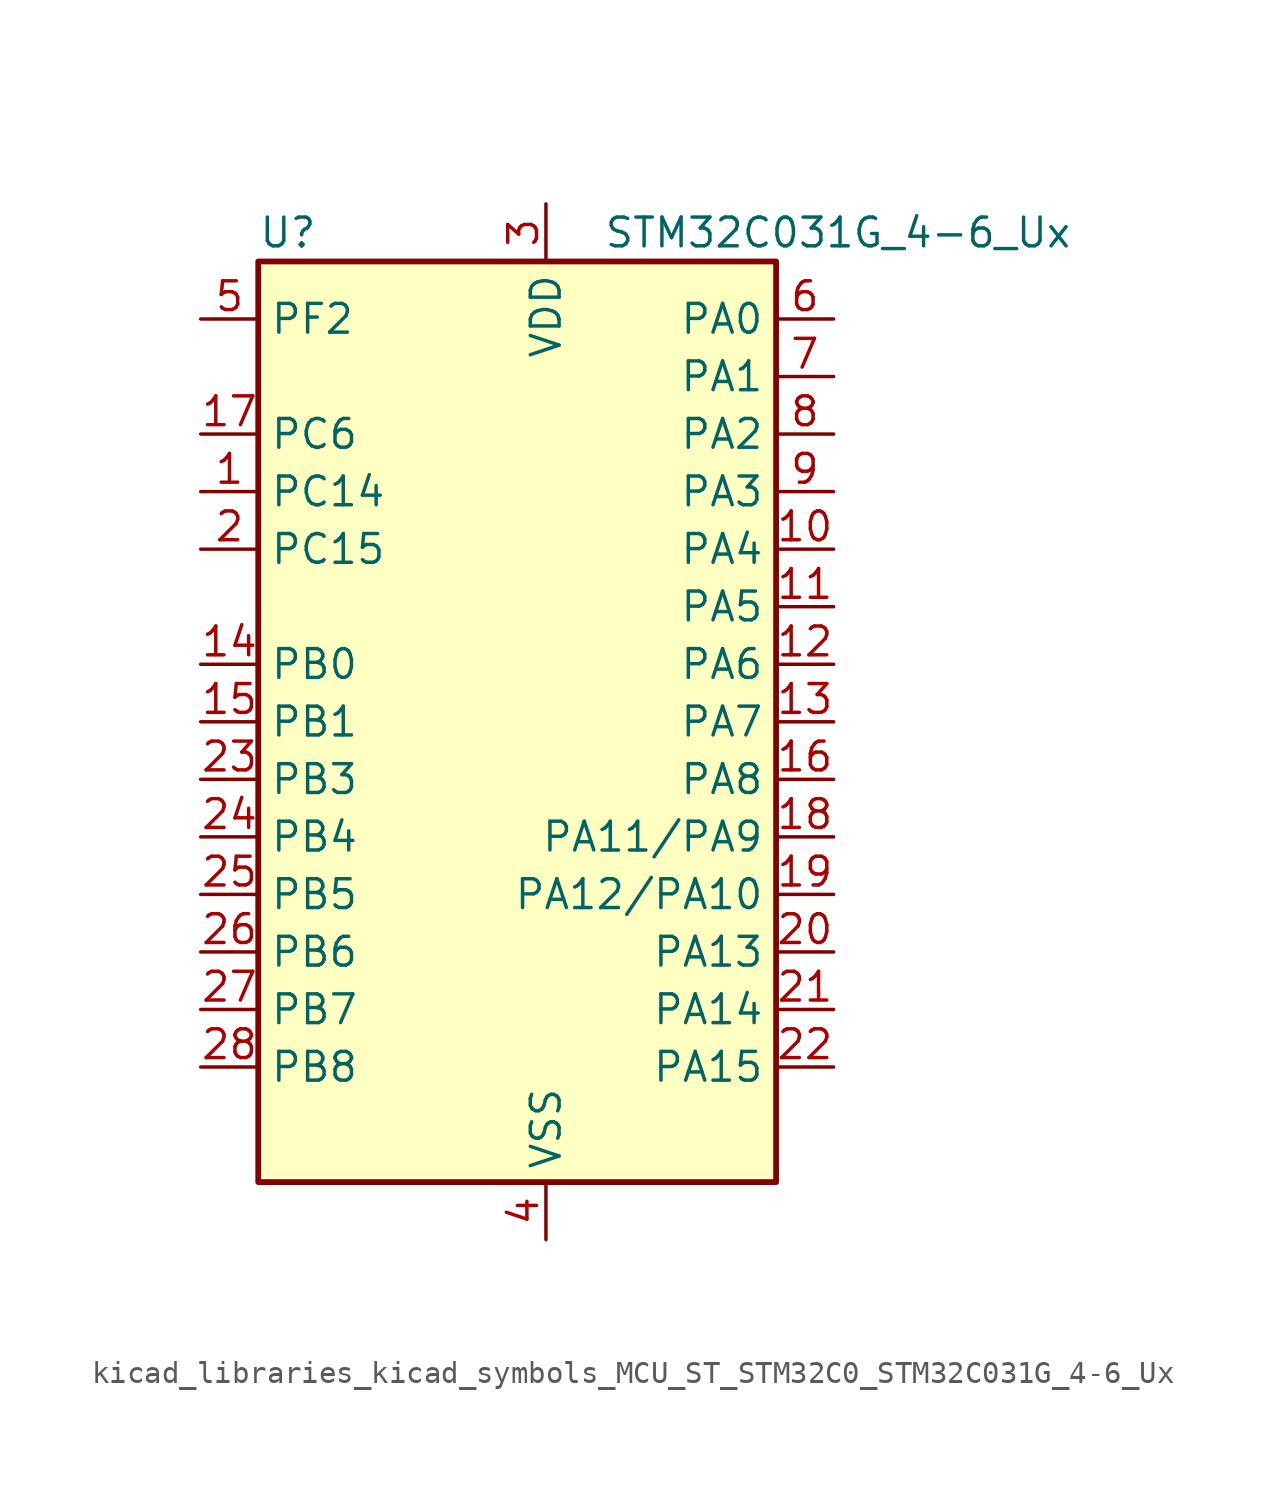
<source format=kicad_sym>
(kicad_symbol_lib
  (version 20220914)
  (generator kicad_symbol_editor)
  (symbol "kicad_libraries_kicad_symbols_MCU_ST_STM32C0_STM32C031G_4-6_Ux"
    (property "Reference" "U"
      (at -10.16 21.59 0)
      (effects (font (size 1.27 1.27)) (justify left)))
    (property "Value" "STM32C031G_4-6_Ux"
      (at 5.08 21.59 0)
      (effects (font (size 1.27 1.27)) (justify left)))
    (property "ki_locked" ""
      (at 0 0 0)
      (effects (font (size 1.27 1.27))))
    (symbol "kicad_libraries_kicad_symbols_MCU_ST_STM32C0_STM32C031G_4-6_Ux_0_1"
      (rectangle (start -10.16 -20.32) (end 12.7 20.32) (stroke (width 0.254) (type default)) (fill (type background))))
    (symbol "kicad_libraries_kicad_symbols_MCU_ST_STM32C0_STM32C031G_4-6_Ux_1_1"
      (pin bidirectional line (at -12.7 10.16 0) (length 2.54) (name "PC14" (effects (font (size 1.27 1.27)))) (number "1" (effects (font (size 1.27 1.27)))) (alternate "I2C1_SDA" bidirectional line) (alternate "IR_OUT" bidirectional line) (alternate "RCC_OSCX_IN" bidirectional line) (alternate "TIM17_CH1" bidirectional line) (alternate "TIM1_BKIN2" bidirectional line) (alternate "TIM1_ETR" bidirectional line) (alternate "TIM3_CH2" bidirectional line) (alternate "USART1_TX" bidirectional line) (alternate "USART2_CK" bidirectional line) (alternate "USART2_DE" bidirectional line) (alternate "USART2_RTS" bidirectional line))
      (pin bidirectional line (at 15.24 7.62 180) (length 2.54) (name "PA4" (effects (font (size 1.27 1.27)))) (number "10" (effects (font (size 1.27 1.27)))) (alternate "ADC1_IN4" bidirectional line) (alternate "I2S1_WS" bidirectional line) (alternate "PWR_WKUP2" bidirectional line) (alternate "RTC_OUT1" bidirectional line) (alternate "RTC_TS" bidirectional line) (alternate "SPI1_NSS" bidirectional line) (alternate "TIM14_CH1" bidirectional line) (alternate "TIM17_CH1N" bidirectional line) (alternate "TIM1_CH2N" bidirectional line) (alternate "USART2_TX" bidirectional line))
      (pin bidirectional line (at 15.24 5.08 180) (length 2.54) (name "PA5" (effects (font (size 1.27 1.27)))) (number "11" (effects (font (size 1.27 1.27)))) (alternate "ADC1_IN5" bidirectional line) (alternate "I2S1_CK" bidirectional line) (alternate "SPI1_SCK" bidirectional line) (alternate "TIM1_CH1" bidirectional line) (alternate "TIM1_CH3N" bidirectional line) (alternate "USART2_RX" bidirectional line))
      (pin bidirectional line (at 15.24 2.54 180) (length 2.54) (name "PA6" (effects (font (size 1.27 1.27)))) (number "12" (effects (font (size 1.27 1.27)))) (alternate "ADC1_IN6" bidirectional line) (alternate "I2S1_MCK" bidirectional line) (alternate "SPI1_MISO" bidirectional line) (alternate "TIM16_CH1" bidirectional line) (alternate "TIM1_BKIN" bidirectional line) (alternate "TIM3_CH1" bidirectional line))
      (pin bidirectional line (at 15.24 0 180) (length 2.54) (name "PA7" (effects (font (size 1.27 1.27)))) (number "13" (effects (font (size 1.27 1.27)))) (alternate "ADC1_IN7" bidirectional line) (alternate "I2S1_SD" bidirectional line) (alternate "SPI1_MOSI" bidirectional line) (alternate "TIM14_CH1" bidirectional line) (alternate "TIM17_CH1" bidirectional line) (alternate "TIM1_CH1N" bidirectional line) (alternate "TIM3_CH2" bidirectional line))
      (pin bidirectional line (at -12.7 2.54 0) (length 2.54) (name "PB0" (effects (font (size 1.27 1.27)))) (number "14" (effects (font (size 1.27 1.27)))) (alternate "ADC1_IN17" bidirectional line) (alternate "I2S1_WS" bidirectional line) (alternate "SPI1_NSS" bidirectional line) (alternate "TIM1_CH2N" bidirectional line) (alternate "TIM3_CH3" bidirectional line))
      (pin bidirectional line (at -12.7 0 0) (length 2.54) (name "PB1" (effects (font (size 1.27 1.27)))) (number "15" (effects (font (size 1.27 1.27)))) (alternate "ADC1_IN18" bidirectional line) (alternate "TIM14_CH1" bidirectional line) (alternate "TIM1_CH2N" bidirectional line) (alternate "TIM1_CH3N" bidirectional line) (alternate "TIM3_CH4" bidirectional line))
      (pin bidirectional line (at 15.24 -2.54 180) (length 2.54) (name "PA8" (effects (font (size 1.27 1.27)))) (number "16" (effects (font (size 1.27 1.27)))) (alternate "ADC1_IN8" bidirectional line) (alternate "I2S1_WS" bidirectional line) (alternate "RCC_MCO" bidirectional line) (alternate "RCC_MCO_2" bidirectional line) (alternate "SPI1_NSS" bidirectional line) (alternate "TIM14_CH1" bidirectional line) (alternate "TIM1_CH1" bidirectional line) (alternate "TIM1_CH2N" bidirectional line) (alternate "TIM1_CH3N" bidirectional line) (alternate "TIM3_CH3" bidirectional line) (alternate "TIM3_CH4" bidirectional line) (alternate "USART1_RX" bidirectional line) (alternate "USART2_TX" bidirectional line))
      (pin bidirectional line (at -12.7 12.7 0) (length 2.54) (name "PC6" (effects (font (size 1.27 1.27)))) (number "17" (effects (font (size 1.27 1.27)))) (alternate "TIM3_CH1" bidirectional line))
      (pin bidirectional line (at 15.24 -5.08 180) (length 2.54) (name "PA11/PA9" (effects (font (size 1.27 1.27)))) (number "18" (effects (font (size 1.27 1.27)))) (alternate "ADC1_EXTI11" bidirectional line) (alternate "ADC1_IN11" bidirectional line) (alternate "I2S1_MCK" bidirectional line) (alternate "SPI1_MISO" bidirectional line) (alternate "TIM1_BKIN2" bidirectional line) (alternate "TIM1_CH4" bidirectional line) (alternate "USART1_CTS" bidirectional line) (alternate "USART1_NSS" bidirectional line))
      (pin bidirectional line (at 15.24 -7.62 180) (length 2.54) (name "PA12/PA10" (effects (font (size 1.27 1.27)))) (number "19" (effects (font (size 1.27 1.27)))) (alternate "ADC1_IN12" bidirectional line) (alternate "I2S1_SD" bidirectional line) (alternate "I2S_CKIN" bidirectional line) (alternate "SPI1_MOSI" bidirectional line) (alternate "TIM1_ETR" bidirectional line) (alternate "USART1_CK" bidirectional line) (alternate "USART1_DE" bidirectional line) (alternate "USART1_RTS" bidirectional line))
      (pin bidirectional line (at -12.7 7.62 0) (length 2.54) (name "PC15" (effects (font (size 1.27 1.27)))) (number "2" (effects (font (size 1.27 1.27)))) (alternate "RCC_OSC32_EN" bidirectional line) (alternate "RCC_OSCX_OUT" bidirectional line) (alternate "RCC_OSC_EN" bidirectional line) (alternate "TIM1_ETR" bidirectional line) (alternate "TIM3_CH3" bidirectional line))
      (pin bidirectional line (at 15.24 -10.16 180) (length 2.54) (name "PA13" (effects (font (size 1.27 1.27)))) (number "20" (effects (font (size 1.27 1.27)))) (alternate "ADC1_IN13" bidirectional line) (alternate "DEBUG_SWDIO" bidirectional line) (alternate "IR_OUT" bidirectional line) (alternate "TIM3_ETR" bidirectional line) (alternate "USART2_RX" bidirectional line))
      (pin bidirectional line (at 15.24 -12.7 180) (length 2.54) (name "PA14" (effects (font (size 1.27 1.27)))) (number "21" (effects (font (size 1.27 1.27)))) (alternate "ADC1_IN14" bidirectional line) (alternate "DEBUG_SWCLK" bidirectional line) (alternate "I2S1_WS" bidirectional line) (alternate "RCC_MCO_2" bidirectional line) (alternate "SPI1_NSS" bidirectional line) (alternate "TIM1_CH1" bidirectional line) (alternate "USART1_CK" bidirectional line) (alternate "USART1_DE" bidirectional line) (alternate "USART1_RTS" bidirectional line) (alternate "USART2_RX" bidirectional line) (alternate "USART2_TX" bidirectional line))
      (pin bidirectional line (at 15.24 -15.24 180) (length 2.54) (name "PA15" (effects (font (size 1.27 1.27)))) (number "22" (effects (font (size 1.27 1.27)))) (alternate "I2S1_WS" bidirectional line) (alternate "RCC_MCO_2" bidirectional line) (alternate "SPI1_NSS" bidirectional line) (alternate "TIM1_CH1" bidirectional line) (alternate "USART1_CK" bidirectional line) (alternate "USART1_DE" bidirectional line) (alternate "USART1_RTS" bidirectional line) (alternate "USART2_RX" bidirectional line))
      (pin bidirectional line (at -12.7 -2.54 0) (length 2.54) (name "PB3" (effects (font (size 1.27 1.27)))) (number "23" (effects (font (size 1.27 1.27)))) (alternate "I2S1_CK" bidirectional line) (alternate "SPI1_SCK" bidirectional line) (alternate "TIM1_CH2" bidirectional line) (alternate "TIM3_CH2" bidirectional line) (alternate "USART1_CK" bidirectional line) (alternate "USART1_DE" bidirectional line) (alternate "USART1_RTS" bidirectional line))
      (pin bidirectional line (at -12.7 -5.08 0) (length 2.54) (name "PB4" (effects (font (size 1.27 1.27)))) (number "24" (effects (font (size 1.27 1.27)))) (alternate "I2S1_MCK" bidirectional line) (alternate "SPI1_MISO" bidirectional line) (alternate "TIM17_BKIN" bidirectional line) (alternate "TIM3_CH1" bidirectional line) (alternate "USART1_CTS" bidirectional line) (alternate "USART1_NSS" bidirectional line))
      (pin bidirectional line (at -12.7 -7.62 0) (length 2.54) (name "PB5" (effects (font (size 1.27 1.27)))) (number "25" (effects (font (size 1.27 1.27)))) (alternate "I2C1_SMBA" bidirectional line) (alternate "I2S1_SD" bidirectional line) (alternate "PWR_WKUP6" bidirectional line) (alternate "SPI1_MOSI" bidirectional line) (alternate "TIM16_BKIN" bidirectional line) (alternate "TIM3_CH2" bidirectional line) (alternate "TIM3_CH3" bidirectional line))
      (pin bidirectional line (at -12.7 -10.16 0) (length 2.54) (name "PB6" (effects (font (size 1.27 1.27)))) (number "26" (effects (font (size 1.27 1.27)))) (alternate "I2C1_SCL" bidirectional line) (alternate "I2C1_SMBA" bidirectional line) (alternate "I2S1_CK" bidirectional line) (alternate "I2S1_MCK" bidirectional line) (alternate "I2S1_SD" bidirectional line) (alternate "PWR_WKUP3" bidirectional line) (alternate "SPI1_MISO" bidirectional line) (alternate "SPI1_MOSI" bidirectional line) (alternate "SPI1_SCK" bidirectional line) (alternate "TIM16_BKIN" bidirectional line) (alternate "TIM16_CH1N" bidirectional line) (alternate "TIM17_BKIN" bidirectional line) (alternate "TIM1_CH2" bidirectional line) (alternate "TIM1_CH3" bidirectional line) (alternate "TIM3_CH1" bidirectional line) (alternate "TIM3_CH2" bidirectional line) (alternate "TIM3_CH3" bidirectional line) (alternate "USART1_CK" bidirectional line) (alternate "USART1_CTS" bidirectional line) (alternate "USART1_DE" bidirectional line) (alternate "USART1_NSS" bidirectional line) (alternate "USART1_RTS" bidirectional line) (alternate "USART1_TX" bidirectional line))
      (pin bidirectional line (at -12.7 -12.7 0) (length 2.54) (name "PB7" (effects (font (size 1.27 1.27)))) (number "27" (effects (font (size 1.27 1.27)))) (alternate "I2C1_SCL" bidirectional line) (alternate "I2C1_SDA" bidirectional line) (alternate "RTC_REFIN" bidirectional line) (alternate "TIM16_CH1" bidirectional line) (alternate "TIM17_CH1N" bidirectional line) (alternate "TIM1_CH4" bidirectional line) (alternate "TIM3_CH1" bidirectional line) (alternate "TIM3_CH4" bidirectional line) (alternate "USART1_RX" bidirectional line) (alternate "USART2_CTS" bidirectional line) (alternate "USART2_NSS" bidirectional line))
      (pin bidirectional line (at -12.7 -15.24 0) (length 2.54) (name "PB8" (effects (font (size 1.27 1.27)))) (number "28" (effects (font (size 1.27 1.27)))) (alternate "I2C1_SCL" bidirectional line) (alternate "TIM16_CH1" bidirectional line) (alternate "TIM3_CH1" bidirectional line) (alternate "USART2_CTS" bidirectional line) (alternate "USART2_NSS" bidirectional line))
      (pin power_in line (at 2.54 22.86 270) (length 2.54) (name "VDD" (effects (font (size 1.27 1.27)))) (number "3" (effects (font (size 1.27 1.27)))))
      (pin power_in line (at 2.54 -22.86 90) (length 2.54) (name "VSS" (effects (font (size 1.27 1.27)))) (number "4" (effects (font (size 1.27 1.27)))))
      (pin bidirectional line (at -12.7 17.78 0) (length 2.54) (name "PF2" (effects (font (size 1.27 1.27)))) (number "5" (effects (font (size 1.27 1.27)))) (alternate "RCC_MCO" bidirectional line) (alternate "TIM1_CH4" bidirectional line))
      (pin bidirectional line (at 15.24 17.78 180) (length 2.54) (name "PA0" (effects (font (size 1.27 1.27)))) (number "6" (effects (font (size 1.27 1.27)))) (alternate "ADC1_IN0" bidirectional line) (alternate "PWR_WKUP1" bidirectional line) (alternate "TIM16_CH1" bidirectional line) (alternate "TIM1_CH1" bidirectional line) (alternate "USART1_TX" bidirectional line) (alternate "USART2_CTS" bidirectional line) (alternate "USART2_NSS" bidirectional line))
      (pin bidirectional line (at 15.24 15.24 180) (length 2.54) (name "PA1" (effects (font (size 1.27 1.27)))) (number "7" (effects (font (size 1.27 1.27)))) (alternate "ADC1_IN1" bidirectional line) (alternate "I2C1_SMBA" bidirectional line) (alternate "I2S1_CK" bidirectional line) (alternate "SPI1_SCK" bidirectional line) (alternate "TIM17_CH1" bidirectional line) (alternate "TIM1_CH2" bidirectional line) (alternate "USART1_RX" bidirectional line) (alternate "USART2_CK" bidirectional line) (alternate "USART2_DE" bidirectional line) (alternate "USART2_RTS" bidirectional line))
      (pin bidirectional line (at 15.24 12.7 180) (length 2.54) (name "PA2" (effects (font (size 1.27 1.27)))) (number "8" (effects (font (size 1.27 1.27)))) (alternate "ADC1_IN2" bidirectional line) (alternate "I2S1_SD" bidirectional line) (alternate "PWR_WKUP4" bidirectional line) (alternate "RCC_LSCO" bidirectional line) (alternate "SPI1_MOSI" bidirectional line) (alternate "TIM16_CH1N" bidirectional line) (alternate "TIM1_CH3" bidirectional line) (alternate "TIM3_ETR" bidirectional line) (alternate "USART2_TX" bidirectional line))
      (pin bidirectional line (at 15.24 10.16 180) (length 2.54) (name "PA3" (effects (font (size 1.27 1.27)))) (number "9" (effects (font (size 1.27 1.27)))) (alternate "ADC1_IN3" bidirectional line) (alternate "TIM1_CH1N" bidirectional line) (alternate "TIM1_CH4" bidirectional line) (alternate "USART2_RX" bidirectional line)))))
</source>
